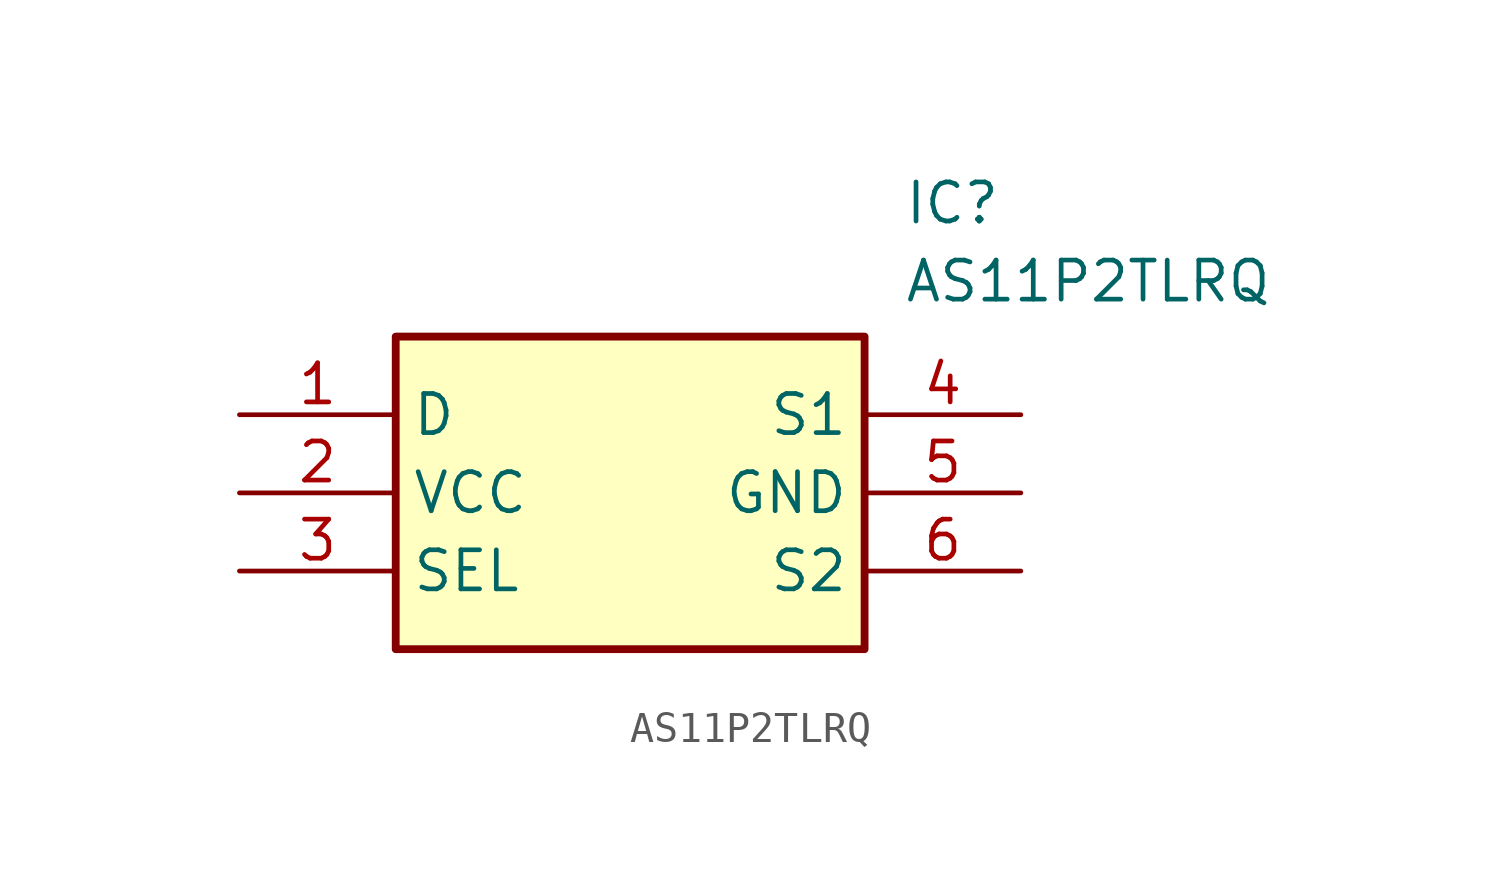
<source format=kicad_sym>
(kicad_symbol_lib
  (version 20241209)
  (generator "kicad_symbol_editor")
  (generator_version "9.0")
  (symbol "AS11P2TLRQ"
    (property "Reference" "IC"
      (at 21.59 7.62 0)
      (effects (font (size 1.27 1.27)) (justify left top)))
    (property "Value" "AS11P2TLRQ"
      (at 21.59 5.08 0)
      (effects (font (size 1.27 1.27)) (justify left top)))
    (symbol "AS11P2TLRQ_1_1"
      (rectangle (start 5.08 2.54) (end 20.32 -7.62) (stroke (width 0.254) (type default)) (fill (type background)))
      (pin passive line (at 0 0 0) (length 5.08) (name "D" (effects (font (size 1.27 1.27)))) (number "1" (effects (font (size 1.27 1.27)))))
      (pin passive line (at 0 -2.54 0) (length 5.08) (name "VCC" (effects (font (size 1.27 1.27)))) (number "2" (effects (font (size 1.27 1.27)))))
      (pin passive line (at 0 -5.08 0) (length 5.08) (name "SEL" (effects (font (size 1.27 1.27)))) (number "3" (effects (font (size 1.27 1.27)))))
      (pin passive line (at 25.4 0 180) (length 5.08) (name "S1" (effects (font (size 1.27 1.27)))) (number "4" (effects (font (size 1.27 1.27)))))
      (pin passive line (at 25.4 -2.54 180) (length 5.08) (name "GND" (effects (font (size 1.27 1.27)))) (number "5" (effects (font (size 1.27 1.27)))))
      (pin passive line (at 25.4 -5.08 180) (length 5.08) (name "S2" (effects (font (size 1.27 1.27)))) (number "6" (effects (font (size 1.27 1.27))))))))
</source>
